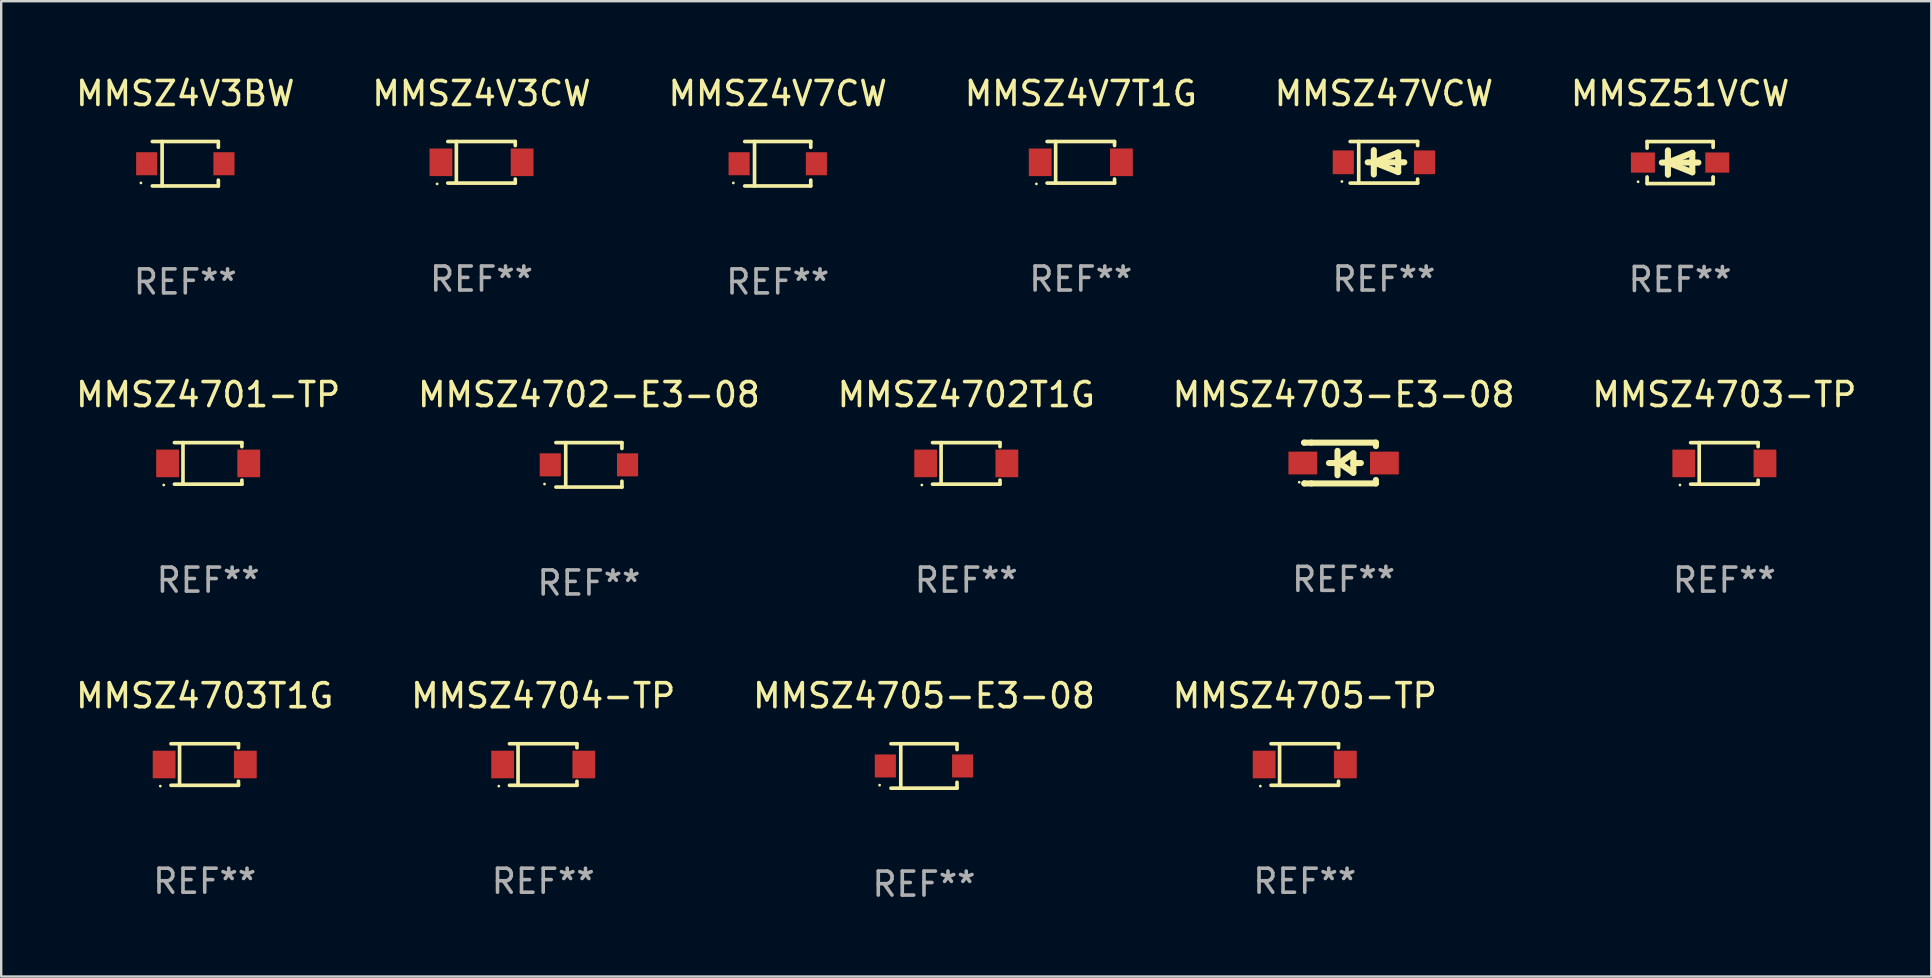
<source format=kicad_pcb>
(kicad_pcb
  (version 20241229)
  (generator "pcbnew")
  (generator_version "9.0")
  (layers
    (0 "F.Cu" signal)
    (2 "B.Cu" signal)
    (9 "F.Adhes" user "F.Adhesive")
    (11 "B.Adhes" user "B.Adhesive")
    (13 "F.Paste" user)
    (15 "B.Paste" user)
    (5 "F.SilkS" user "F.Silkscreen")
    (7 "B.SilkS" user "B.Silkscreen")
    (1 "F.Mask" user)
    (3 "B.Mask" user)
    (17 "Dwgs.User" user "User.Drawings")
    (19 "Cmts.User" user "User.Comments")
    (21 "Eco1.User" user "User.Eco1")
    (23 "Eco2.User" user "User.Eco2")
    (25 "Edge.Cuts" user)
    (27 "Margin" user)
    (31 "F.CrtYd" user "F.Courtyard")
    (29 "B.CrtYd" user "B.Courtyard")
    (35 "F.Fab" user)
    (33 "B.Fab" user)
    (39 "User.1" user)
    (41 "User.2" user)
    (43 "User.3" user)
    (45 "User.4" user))
  (footprint "MMSZ4705-TP"
    (layer "F.Cu")
    (at 51.327 28.812)
    (property "Reference" "MMSZ4705-TP" (at 0 -2.866 0) (layer "F.SilkS") (effects (font (size 1 1) (thickness 0.15))))
    (attr through_hole)
    (fp_line (start -1.406 -0.866) (end 1.406 -0.866) (stroke (width 0.152) (type solid)) (layer "F.SilkS"))
    (fp_line (start -1.406 0.866) (end 1.406 0.866) (stroke (width 0.152) (type solid)) (layer "F.SilkS"))
    (fp_line (start -1.049 -0.866) (end -1.049 0.866) (stroke (width 0.152) (type solid)) (layer "F.SilkS"))
    (fp_line (start 1.406 -0.866) (end 1.406 -0.698) (stroke (width 0.152) (type solid)) (layer "F.SilkS"))
    (fp_line (start 1.406 0.866) (end 1.406 0.698) (stroke (width 0.152) (type solid)) (layer "F.SilkS"))
    (fp_circle (center -1.851 0.9) (end -1.821 0.9) (stroke (width 0.06) (type solid)) (fill no) (layer "F.SilkS"))
    (fp_text user "REF**" (at 0 4.866 0) (layer "F.Fab") (effects (font (size 1 1) (thickness 0.15))))
    (pad "1" smd rect (at -1.692 0) (size 0.95 1.15) (layers "F.Cu" "F.Mask" "F.Paste"))
    (pad "2" smd rect (at 1.692 0) (size 0.95 1.15) (layers "F.Cu" "F.Mask" "F.Paste")))
  (footprint "MMSZ4704-TP"
    (layer "F.Cu")
    (at 19.589 28.812)
    (property "Reference" "MMSZ4704-TP" (at 0 -2.866 0) (layer "F.SilkS") (effects (font (size 1 1) (thickness 0.15))))
    (attr through_hole)
    (fp_line (start -1.406 -0.866) (end 1.406 -0.866) (stroke (width 0.152) (type solid)) (layer "F.SilkS"))
    (fp_line (start -1.406 0.866) (end 1.406 0.866) (stroke (width 0.152) (type solid)) (layer "F.SilkS"))
    (fp_line (start -1.049 -0.866) (end -1.049 0.866) (stroke (width 0.152) (type solid)) (layer "F.SilkS"))
    (fp_line (start 1.406 -0.866) (end 1.406 -0.698) (stroke (width 0.152) (type solid)) (layer "F.SilkS"))
    (fp_line (start 1.406 0.866) (end 1.406 0.698) (stroke (width 0.152) (type solid)) (layer "F.SilkS"))
    (fp_circle (center -1.851 0.9) (end -1.821 0.9) (stroke (width 0.06) (type solid)) (fill no) (layer "F.SilkS"))
    (fp_text user "REF**" (at 0 4.866 0) (layer "F.Fab") (effects (font (size 1 1) (thickness 0.15))))
    (pad "1" smd rect (at -1.692 0) (size 0.95 1.15) (layers "F.Cu" "F.Mask" "F.Paste"))
    (pad "2" smd rect (at 1.692 0) (size 0.95 1.15) (layers "F.Cu" "F.Mask" "F.Paste")))
  (footprint "MMSZ4V7T1G"
    (layer "F.Cu")
    (at 41.994 3.714)
    (property "Reference" "MMSZ4V7T1G" (at 0 -2.866 0) (layer "F.SilkS") (effects (font (size 1 1) (thickness 0.15))))
    (attr through_hole)
    (fp_line (start -1.406 -0.866) (end 1.406 -0.866) (stroke (width 0.152) (type solid)) (layer "F.SilkS"))
    (fp_line (start -1.406 0.866) (end 1.406 0.866) (stroke (width 0.152) (type solid)) (layer "F.SilkS"))
    (fp_line (start -1.049 -0.866) (end -1.049 0.866) (stroke (width 0.152) (type solid)) (layer "F.SilkS"))
    (fp_line (start 1.406 -0.866) (end 1.406 -0.698) (stroke (width 0.152) (type solid)) (layer "F.SilkS"))
    (fp_line (start 1.406 0.866) (end 1.406 0.698) (stroke (width 0.152) (type solid)) (layer "F.SilkS"))
    (fp_circle (center -1.851 0.9) (end -1.821 0.9) (stroke (width 0.06) (type solid)) (fill no) (layer "F.SilkS"))
    (fp_text user "REF**" (at 0 4.866 0) (layer "F.Fab") (effects (font (size 1 1) (thickness 0.15))))
    (pad "1" smd rect (at -1.692 0) (size 0.95 1.15) (layers "F.Cu" "F.Mask" "F.Paste"))
    (pad "2" smd rect (at 1.692 0) (size 0.95 1.15) (layers "F.Cu" "F.Mask" "F.Paste")))
  (footprint "MMSZ4703-E3-08"
    (layer "F.Cu")
    (at 52.946 16.247)
    (property "Reference" "MMSZ4703-E3-08" (at 0 -2.85 0) (layer "F.SilkS") (effects (font (size 1 1) (thickness 0.15))))
    (attr through_hole)
    (fp_line (start -1.643 -0.85) (end -1.644 -0.849) (stroke (width 0.254) (type solid)) (layer "F.SilkS"))
    (fp_line (start -1.638 0.85) (end -1.639 0.849) (stroke (width 0.254) (type solid)) (layer "F.SilkS"))
    (fp_line (start -1.346 -0.85) (end -1.643 -0.85) (stroke (width 0.254) (type solid)) (layer "F.SilkS"))
    (fp_line (start -1.346 -0.85) (end 1.346 -0.85) (stroke (width 0.254) (type solid)) (layer "F.SilkS"))
    (fp_line (start -1.346 0.85) (end -1.638 0.85) (stroke (width 0.254) (type solid)) (layer "F.SilkS"))
    (fp_line (start -0.28 0) (end -0.61 0) (stroke (width 0.254) (type solid)) (layer "F.SilkS"))
    (fp_line (start -0.254 -0.508) (end -0.254 0.508) (stroke (width 0.254) (type solid)) (layer "F.SilkS"))
    (fp_line (start -0.178 0) (end 0.406 -0.406) (stroke (width 0.254) (type solid)) (layer "F.SilkS"))
    (fp_line (start 0.406 -0.406) (end 0.406 0.406) (stroke (width 0.254) (type solid)) (layer "F.SilkS"))
    (fp_line (start 0.406 -0.000254) (end 0.72 -0.000254) (stroke (width 0.254) (type solid)) (layer "F.SilkS"))
    (fp_line (start 0.406 0.406) (end -0.178 0) (stroke (width 0.254) (type solid)) (layer "F.SilkS"))
    (fp_line (start 1.346 -0.85) (end 1.346 -0.706) (stroke (width 0.254) (type solid)) (layer "F.SilkS"))
    (fp_line (start 1.346 0.706) (end 1.346 0.85) (stroke (width 0.254) (type solid)) (layer "F.SilkS"))
    (fp_line (start 1.346 0.85) (end -1.346 0.85) (stroke (width 0.254) (type solid)) (layer "F.SilkS"))
    (fp_circle (center -1.85 0.8) (end -1.82 0.8) (stroke (width 0.06) (type solid)) (fill no) (layer "F.SilkS"))
    (fp_text user "REF**" (at 0 4.85 0) (layer "F.Fab") (effects (font (size 1 1) (thickness 0.15))))
    (pad "1" smd rect (at -1.7 0) (size 1.2 0.95) (layers "F.Cu" "F.Mask" "F.Paste"))
    (pad "2" smd rect (at 1.7 0) (size 1.2 0.95) (layers "F.Cu" "F.Mask" "F.Paste")))
  (footprint "MMSZ4V7CW"
    (layer "F.Cu")
    (at 29.363 3.774)
    (property "Reference" "MMSZ4V7CW" (at 0 -2.926 0) (layer "F.SilkS") (effects (font (size 1 1) (thickness 0.15))))
    (attr through_hole)
    (fp_line (start -1.376 -0.926) (end 1.376 -0.926) (stroke (width 0.152) (type solid)) (layer "F.SilkS"))
    (fp_line (start -1.376 0.926) (end 1.376 0.926) (stroke (width 0.152) (type solid)) (layer "F.SilkS"))
    (fp_line (start -0.967 -0.926) (end -0.967 0.926) (stroke (width 0.152) (type solid)) (layer "F.SilkS"))
    (fp_line (start 1.376 -0.926) (end 1.376 -0.683) (stroke (width 0.152) (type solid)) (layer "F.SilkS"))
    (fp_line (start 1.376 0.926) (end 1.376 0.683) (stroke (width 0.152) (type solid)) (layer "F.SilkS"))
    (fp_circle (center -1.85 0.8) (end -1.82 0.8) (stroke (width 0.06) (type solid)) (fill no) (layer "F.SilkS"))
    (fp_text user "REF**" (at 0 4.926 0) (layer "F.Fab") (effects (font (size 1 1) (thickness 0.15))))
    (pad "1" smd rect (at -1.61 -0.000076) (size 0.88 0.96) (layers "F.Cu" "F.Mask" "F.Paste"))
    (pad "2" smd rect (at 1.61 -0.000076) (size 0.88 0.96) (layers "F.Cu" "F.Mask" "F.Paste")))
  (footprint "MMSZ4703-TP"
    (layer "F.Cu")
    (at 68.815 16.263)
    (property "Reference" "MMSZ4703-TP" (at 0 -2.866 0) (layer "F.SilkS") (effects (font (size 1 1) (thickness 0.15))))
    (attr through_hole)
    (fp_line (start -1.406 -0.866) (end 1.406 -0.866) (stroke (width 0.152) (type solid)) (layer "F.SilkS"))
    (fp_line (start -1.406 0.866) (end 1.406 0.866) (stroke (width 0.152) (type solid)) (layer "F.SilkS"))
    (fp_line (start -1.049 -0.866) (end -1.049 0.866) (stroke (width 0.152) (type solid)) (layer "F.SilkS"))
    (fp_line (start 1.406 -0.866) (end 1.406 -0.698) (stroke (width 0.152) (type solid)) (layer "F.SilkS"))
    (fp_line (start 1.406 0.866) (end 1.406 0.698) (stroke (width 0.152) (type solid)) (layer "F.SilkS"))
    (fp_circle (center -1.851 0.9) (end -1.821 0.9) (stroke (width 0.06) (type solid)) (fill no) (layer "F.SilkS"))
    (fp_text user "REF**" (at 0 4.866 0) (layer "F.Fab") (effects (font (size 1 1) (thickness 0.15))))
    (pad "1" smd rect (at -1.692 0) (size 0.95 1.15) (layers "F.Cu" "F.Mask" "F.Paste"))
    (pad "2" smd rect (at 1.692 0) (size 0.95 1.15) (layers "F.Cu" "F.Mask" "F.Paste")))
  (footprint "MMSZ4702-E3-08"
    (layer "F.Cu")
    (at 21.494 16.323)
    (property "Reference" "MMSZ4702-E3-08" (at 0 -2.926 0) (layer "F.SilkS") (effects (font (size 1 1) (thickness 0.15))))
    (attr through_hole)
    (fp_line (start -1.376 -0.926) (end 1.376 -0.926) (stroke (width 0.152) (type solid)) (layer "F.SilkS"))
    (fp_line (start -1.376 0.926) (end 1.376 0.926) (stroke (width 0.152) (type solid)) (layer "F.SilkS"))
    (fp_line (start -0.967 -0.926) (end -0.967 0.926) (stroke (width 0.152) (type solid)) (layer "F.SilkS"))
    (fp_line (start 1.376 -0.926) (end 1.376 -0.683) (stroke (width 0.152) (type solid)) (layer "F.SilkS"))
    (fp_line (start 1.376 0.926) (end 1.376 0.683) (stroke (width 0.152) (type solid)) (layer "F.SilkS"))
    (fp_circle (center -1.85 0.8) (end -1.82 0.8) (stroke (width 0.06) (type solid)) (fill no) (layer "F.SilkS"))
    (fp_text user "REF**" (at 0 4.926 0) (layer "F.Fab") (effects (font (size 1 1) (thickness 0.15))))
    (pad "1" smd rect (at -1.61 0) (size 0.88 0.96) (layers "F.Cu" "F.Mask" "F.Paste"))
    (pad "2" smd rect (at 1.61 0) (size 0.88 0.96) (layers "F.Cu" "F.Mask" "F.Paste")))
  (footprint "MMSZ4705-E3-08"
    (layer "F.Cu")
    (at 35.458 28.872)
    (property "Reference" "MMSZ4705-E3-08" (at 0 -2.926 0) (layer "F.SilkS") (effects (font (size 1 1) (thickness 0.15))))
    (attr through_hole)
    (fp_line (start -1.376 -0.926) (end 1.376 -0.926) (stroke (width 0.152) (type solid)) (layer "F.SilkS"))
    (fp_line (start -1.376 0.926) (end 1.376 0.926) (stroke (width 0.152) (type solid)) (layer "F.SilkS"))
    (fp_line (start -0.967 -0.926) (end -0.967 0.926) (stroke (width 0.152) (type solid)) (layer "F.SilkS"))
    (fp_line (start 1.376 -0.926) (end 1.376 -0.683) (stroke (width 0.152) (type solid)) (layer "F.SilkS"))
    (fp_line (start 1.376 0.926) (end 1.376 0.683) (stroke (width 0.152) (type solid)) (layer "F.SilkS"))
    (fp_circle (center -1.85 0.8) (end -1.82 0.8) (stroke (width 0.06) (type solid)) (fill no) (layer "F.SilkS"))
    (fp_text user "REF**" (at 0 4.926 0) (layer "F.Fab") (effects (font (size 1 1) (thickness 0.15))))
    (pad "1" smd rect (at -1.61 0) (size 0.88 0.96) (layers "F.Cu" "F.Mask" "F.Paste"))
    (pad "2" smd rect (at 1.61 0) (size 0.88 0.96) (layers "F.Cu" "F.Mask" "F.Paste")))
  (footprint "MMSZ4V3BW"
    (layer "F.Cu")
    (at 4.673 3.774)
    (property "Reference" "MMSZ4V3BW" (at 0 -2.926 0) (layer "F.SilkS") (effects (font (size 1 1) (thickness 0.15))))
    (attr through_hole)
    (fp_line (start -1.376 -0.926) (end 1.376 -0.926) (stroke (width 0.152) (type solid)) (layer "F.SilkS"))
    (fp_line (start -1.376 0.926) (end 1.376 0.926) (stroke (width 0.152) (type solid)) (layer "F.SilkS"))
    (fp_line (start -0.967 -0.926) (end -0.967 0.926) (stroke (width 0.152) (type solid)) (layer "F.SilkS"))
    (fp_line (start 1.376 -0.926) (end 1.376 -0.683) (stroke (width 0.152) (type solid)) (layer "F.SilkS"))
    (fp_line (start 1.376 0.926) (end 1.376 0.683) (stroke (width 0.152) (type solid)) (layer "F.SilkS"))
    (fp_circle (center -1.85 0.8) (end -1.82 0.8) (stroke (width 0.06) (type solid)) (fill no) (layer "F.SilkS"))
    (fp_text user "REF**" (at 0 4.926 0) (layer "F.Fab") (effects (font (size 1 1) (thickness 0.15))))
    (pad "1" smd rect (at -1.61 0) (size 0.88 0.96) (layers "F.Cu" "F.Mask" "F.Paste"))
    (pad "2" smd rect (at 1.61 0) (size 0.88 0.96) (layers "F.Cu" "F.Mask" "F.Paste")))
  (footprint "MMSZ51VCW"
    (layer "F.Cu")
    (at 66.97 3.725)
    (property "Reference" "MMSZ51VCW" (at 0 -2.876 0) (layer "F.SilkS") (effects (font (size 1 1) (thickness 0.15))))
    (attr through_hole)
    (fp_line (start -1.376 -0.876) (end -1.376 -0.6) (stroke (width 0.152) (type solid)) (layer "F.SilkS"))
    (fp_line (start -1.376 -0.876) (end 1.376 -0.876) (stroke (width 0.152) (type solid)) (layer "F.SilkS"))
    (fp_line (start -1.376 0.6) (end -1.376 0.876) (stroke (width 0.152) (type solid)) (layer "F.SilkS"))
    (fp_line (start -1.376 0.876) (end 1.376 0.876) (stroke (width 0.152) (type solid)) (layer "F.SilkS"))
    (fp_line (start -0.762 -0.000051) (end 0.762 -0.000051) (stroke (width 0.254) (type solid)) (layer "F.SilkS"))
    (fp_line (start -0.508 -0.508) (end -0.508 0.508) (stroke (width 0.254) (type solid)) (layer "F.SilkS"))
    (fp_line (start -0.508 -0.000051) (end 0.508 -0.406) (stroke (width 0.254) (type solid)) (layer "F.SilkS"))
    (fp_line (start 0.508 -0.406) (end 0.508 0.406) (stroke (width 0.254) (type solid)) (layer "F.SilkS"))
    (fp_line (start 0.508 0.406) (end -0.508 -0.000051) (stroke (width 0.254) (type solid)) (layer "F.SilkS"))
    (fp_line (start 1.376 0.631) (end 1.376 0.6) (stroke (width 0.152) (type solid)) (layer "F.SilkS"))
    (fp_line (start 1.376 0.876) (end 1.376 0.631) (stroke (width 0.152) (type solid)) (layer "F.SilkS"))
    (fp_line (start 1.376 -0.876) (end 1.376 -0.635) (stroke (width 0.152) (type solid)) (layer "F.SilkS"))
    (fp_circle (center -1.75 0.8) (end -1.72 0.8) (stroke (width 0.06) (type solid)) (fill no) (layer "F.SilkS"))
    (fp_text user "REF**" (at 0 4.876 0) (layer "F.Fab") (effects (font (size 1 1) (thickness 0.15))))
    (pad "1" smd rect (at -1.55 -0.000051) (size 1 0.84) (layers "F.Cu" "F.Mask" "F.Paste"))
    (pad "2" smd rect (at 1.55 -0.000051) (size 1 0.84) (layers "F.Cu" "F.Mask" "F.Paste")))
  (footprint "MMSZ4V3CW"
    (layer "F.Cu")
    (at 17.018 3.714)
    (property "Reference" "MMSZ4V3CW" (at 0 -2.866 0) (layer "F.SilkS") (effects (font (size 1 1) (thickness 0.15))))
    (attr through_hole)
    (fp_line (start -1.406 -0.866) (end 1.406 -0.866) (stroke (width 0.152) (type solid)) (layer "F.SilkS"))
    (fp_line (start -1.406 0.866) (end 1.406 0.866) (stroke (width 0.152) (type solid)) (layer "F.SilkS"))
    (fp_line (start -1.049 -0.866) (end -1.049 0.866) (stroke (width 0.152) (type solid)) (layer "F.SilkS"))
    (fp_line (start 1.406 -0.866) (end 1.406 -0.698) (stroke (width 0.152) (type solid)) (layer "F.SilkS"))
    (fp_line (start 1.406 0.866) (end 1.406 0.698) (stroke (width 0.152) (type solid)) (layer "F.SilkS"))
    (fp_circle (center -1.851 0.9) (end -1.821 0.9) (stroke (width 0.06) (type solid)) (fill no) (layer "F.SilkS"))
    (fp_text user "REF**" (at 0 4.866 0) (layer "F.Fab") (effects (font (size 1 1) (thickness 0.15))))
    (pad "1" smd rect (at -1.692 0) (size 0.95 1.15) (layers "F.Cu" "F.Mask" "F.Paste"))
    (pad "2" smd rect (at 1.692 0) (size 0.95 1.15) (layers "F.Cu" "F.Mask" "F.Paste")))
  (footprint "MMSZ4703T1G"
    (layer "F.Cu")
    (at 5.482 28.812)
    (property "Reference" "MMSZ4703T1G" (at 0 -2.866 0) (layer "F.SilkS") (effects (font (size 1 1) (thickness 0.15))))
    (attr through_hole)
    (fp_line (start -1.406 -0.866) (end 1.406 -0.866) (stroke (width 0.152) (type solid)) (layer "F.SilkS"))
    (fp_line (start -1.406 0.866) (end 1.406 0.866) (stroke (width 0.152) (type solid)) (layer "F.SilkS"))
    (fp_line (start -1.049 -0.866) (end -1.049 0.866) (stroke (width 0.152) (type solid)) (layer "F.SilkS"))
    (fp_line (start 1.406 -0.866) (end 1.406 -0.698) (stroke (width 0.152) (type solid)) (layer "F.SilkS"))
    (fp_line (start 1.406 0.866) (end 1.406 0.698) (stroke (width 0.152) (type solid)) (layer "F.SilkS"))
    (fp_circle (center -1.851 0.9) (end -1.821 0.9) (stroke (width 0.06) (type solid)) (fill no) (layer "F.SilkS"))
    (fp_text user "REF**" (at 0 4.866 0) (layer "F.Fab") (effects (font (size 1 1) (thickness 0.15))))
    (pad "1" smd rect (at -1.692 0) (size 0.95 1.15) (layers "F.Cu" "F.Mask" "F.Paste"))
    (pad "2" smd rect (at 1.692 0) (size 0.95 1.15) (layers "F.Cu" "F.Mask" "F.Paste")))
  (footprint "MMSZ47VCW"
    (layer "F.Cu")
    (at 54.625 3.714)
    (property "Reference" "MMSZ47VCW" (at 0 -2.866 0) (layer "F.SilkS") (effects (font (size 1 1) (thickness 0.15))))
    (attr through_hole)
    (fp_line (start -1.406 -0.866) (end 1.406 -0.866) (stroke (width 0.152) (type solid)) (layer "F.SilkS"))
    (fp_line (start -1.406 0.866) (end 1.406 0.866) (stroke (width 0.152) (type solid)) (layer "F.SilkS"))
    (fp_line (start -1.049 -0.866) (end -1.049 0.866) (stroke (width 0.152) (type solid)) (layer "F.SilkS"))
    (fp_line (start -0.674 0) (end 0.85 0) (stroke (width 0.254) (type solid)) (layer "F.SilkS"))
    (fp_line (start -0.42 -0.508) (end -0.42 0.508) (stroke (width 0.254) (type solid)) (layer "F.SilkS"))
    (fp_line (start -0.42 0) (end 0.596 -0.406) (stroke (width 0.254) (type solid)) (layer "F.SilkS"))
    (fp_line (start 0.596 -0.406) (end 0.596 0.406) (stroke (width 0.254) (type solid)) (layer "F.SilkS"))
    (fp_line (start 0.596 0.406) (end -0.42 0) (stroke (width 0.254) (type solid)) (layer "F.SilkS"))
    (fp_line (start 1.406 -0.866) (end 1.406 -0.698) (stroke (width 0.152) (type solid)) (layer "F.SilkS"))
    (fp_line (start 1.406 0.866) (end 1.406 0.698) (stroke (width 0.152) (type solid)) (layer "F.SilkS"))
    (fp_circle (center -1.75 0.8) (end -1.72 0.8) (stroke (width 0.06) (type solid)) (fill no) (layer "F.SilkS"))
    (fp_text user "REF**" (at 0 4.866 0) (layer "F.Fab") (effects (font (size 1 1) (thickness 0.15))))
    (pad "1" smd rect (at -1.692 0) (size 0.88 0.99) (layers "F.Cu" "F.Mask" "F.Paste"))
    (pad "2" smd rect (at 1.692 0) (size 0.88 0.99) (layers "F.Cu" "F.Mask" "F.Paste")))
  (footprint "MMSZ4702T1G"
    (layer "F.Cu")
    (at 37.22 16.263)
    (property "Reference" "MMSZ4702T1G" (at 0 -2.866 0) (layer "F.SilkS") (effects (font (size 1 1) (thickness 0.15))))
    (attr through_hole)
    (fp_line (start -1.406 -0.866) (end 1.406 -0.866) (stroke (width 0.152) (type solid)) (layer "F.SilkS"))
    (fp_line (start -1.406 0.866) (end 1.406 0.866) (stroke (width 0.152) (type solid)) (layer "F.SilkS"))
    (fp_line (start -1.049 -0.866) (end -1.049 0.866) (stroke (width 0.152) (type solid)) (layer "F.SilkS"))
    (fp_line (start 1.406 -0.866) (end 1.406 -0.698) (stroke (width 0.152) (type solid)) (layer "F.SilkS"))
    (fp_line (start 1.406 0.866) (end 1.406 0.698) (stroke (width 0.152) (type solid)) (layer "F.SilkS"))
    (fp_circle (center -1.851 0.9) (end -1.821 0.9) (stroke (width 0.06) (type solid)) (fill no) (layer "F.SilkS"))
    (fp_text user "REF**" (at 0 4.866 0) (layer "F.Fab") (effects (font (size 1 1) (thickness 0.15))))
    (pad "1" smd rect (at -1.692 0) (size 0.95 1.15) (layers "F.Cu" "F.Mask" "F.Paste"))
    (pad "2" smd rect (at 1.692 0) (size 0.95 1.15) (layers "F.Cu" "F.Mask" "F.Paste")))
  (footprint "MMSZ4701-TP"
    (layer "F.Cu")
    (at 5.625 16.263)
    (property "Reference" "MMSZ4701-TP" (at 0 -2.866 0) (layer "F.SilkS") (effects (font (size 1 1) (thickness 0.15))))
    (attr through_hole)
    (fp_line (start -1.406 -0.866) (end 1.406 -0.866) (stroke (width 0.152) (type solid)) (layer "F.SilkS"))
    (fp_line (start -1.406 0.866) (end 1.406 0.866) (stroke (width 0.152) (type solid)) (layer "F.SilkS"))
    (fp_line (start -1.049 -0.866) (end -1.049 0.866) (stroke (width 0.152) (type solid)) (layer "F.SilkS"))
    (fp_line (start 1.406 -0.866) (end 1.406 -0.698) (stroke (width 0.152) (type solid)) (layer "F.SilkS"))
    (fp_line (start 1.406 0.866) (end 1.406 0.698) (stroke (width 0.152) (type solid)) (layer "F.SilkS"))
    (fp_circle (center -1.851 0.9) (end -1.821 0.9) (stroke (width 0.06) (type solid)) (fill no) (layer "F.SilkS"))
    (fp_text user "REF**" (at 0 4.866 0) (layer "F.Fab") (effects (font (size 1 1) (thickness 0.15))))
    (pad "1" smd rect (at -1.692 0) (size 0.95 1.15) (layers "F.Cu" "F.Mask" "F.Paste"))
    (pad "2" smd rect (at 1.692 0) (size 0.95 1.15) (layers "F.Cu" "F.Mask" "F.Paste")))
  (gr_rect
    (start -3 -3)
    (end 77.44 37.647)
    (stroke (width 0.1) (type default))
    (fill no)
    (layer "Edge.Cuts")))
</source>
